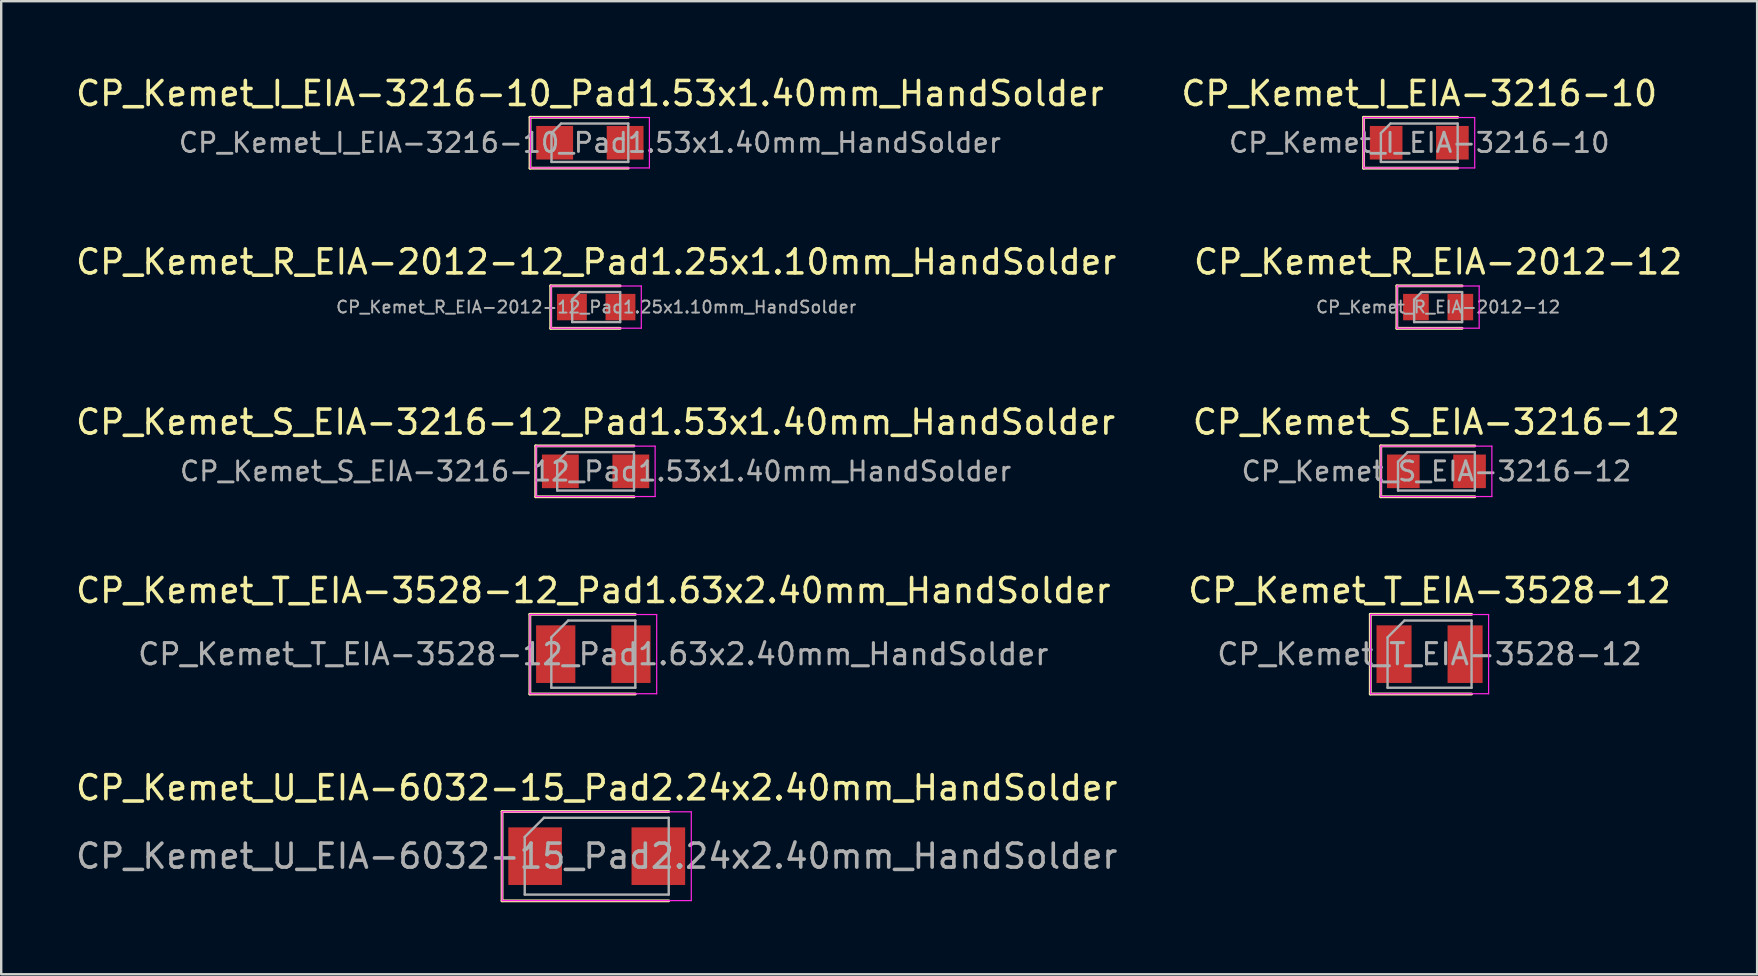
<source format=kicad_pcb>
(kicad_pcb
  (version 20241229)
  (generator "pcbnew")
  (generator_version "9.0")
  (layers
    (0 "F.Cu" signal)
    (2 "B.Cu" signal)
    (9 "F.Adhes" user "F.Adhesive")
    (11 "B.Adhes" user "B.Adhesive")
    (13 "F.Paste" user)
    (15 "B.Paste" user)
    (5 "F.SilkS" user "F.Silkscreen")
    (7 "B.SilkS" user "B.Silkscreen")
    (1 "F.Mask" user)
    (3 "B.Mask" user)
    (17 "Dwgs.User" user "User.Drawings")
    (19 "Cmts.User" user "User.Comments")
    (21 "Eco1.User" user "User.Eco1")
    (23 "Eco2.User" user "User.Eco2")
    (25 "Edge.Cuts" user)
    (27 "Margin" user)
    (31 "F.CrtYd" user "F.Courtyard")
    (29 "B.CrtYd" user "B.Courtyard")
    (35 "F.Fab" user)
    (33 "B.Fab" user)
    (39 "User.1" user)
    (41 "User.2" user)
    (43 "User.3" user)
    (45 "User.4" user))
  (footprint "CP_Kemet_I_EIA-3216-10"
    (layer "F.Cu")
    (at 56.089 2.898)
    (property "Reference" "CP_Kemet_I_EIA-3216-10" (at 0 -2.05 0) (layer "F.SilkS") (effects (font (size 1 1) (thickness 0.15))))
    (attr smd)
    (fp_line (start -2.32 -1.06) (end -2.32 1.06) (stroke (width 0.12) (type solid)) (layer "F.SilkS"))
    (fp_line (start -2.32 1.06) (end 1.6 1.06) (stroke (width 0.12) (type solid)) (layer "F.SilkS"))
    (fp_line (start 1.6 -1.06) (end -2.32 -1.06) (stroke (width 0.12) (type solid)) (layer "F.SilkS"))
    (fp_line (start -2.31 -1.05) (end 2.31 -1.05) (stroke (width 0.05) (type solid)) (layer "F.CrtYd"))
    (fp_line (start -2.31 1.05) (end -2.31 -1.05) (stroke (width 0.05) (type solid)) (layer "F.CrtYd"))
    (fp_line (start 2.31 -1.05) (end 2.31 1.05) (stroke (width 0.05) (type solid)) (layer "F.CrtYd"))
    (fp_line (start 2.31 1.05) (end -2.31 1.05) (stroke (width 0.05) (type solid)) (layer "F.CrtYd"))
    (fp_line (start -1.6 -0.4) (end -1.6 0.8) (stroke (width 0.1) (type solid)) (layer "F.Fab"))
    (fp_line (start -1.6 0.8) (end 1.6 0.8) (stroke (width 0.1) (type solid)) (layer "F.Fab"))
    (fp_line (start -1.2 -0.8) (end -1.6 -0.4) (stroke (width 0.1) (type solid)) (layer "F.Fab"))
    (fp_line (start 1.6 -0.8) (end -1.2 -0.8) (stroke (width 0.1) (type solid)) (layer "F.Fab"))
    (fp_line (start 1.6 0.8) (end 1.6 -0.8) (stroke (width 0.1) (type solid)) (layer "F.Fab"))
    (fp_text user "${REFERENCE}" (at 0 0 0) (layer "F.Fab") (effects (font (size 0.8 0.8) (thickness 0.12))))
    (pad "1" smd rect (at -1.38 0) (size 1.36 1.4) (layers "F.Cu" "F.Mask" "F.Paste"))
    (pad "2" smd rect (at 1.38 0) (size 1.36 1.4) (layers "F.Cu" "F.Mask" "F.Paste")))
  (footprint "CP_Kemet_U_EIA-6032-15_Pad2.24x2.40mm_HandSolder"
    (layer "F.Cu")
    (at 21.815 32.626)
    (property "Reference" "CP_Kemet_U_EIA-6032-15_Pad2.24x2.40mm_HandSolder" (at 0 -2.85 0) (layer "F.SilkS") (effects (font (size 1 1) (thickness 0.15))))
    (attr smd)
    (fp_line (start -3.945 -1.86) (end -3.945 1.86) (stroke (width 0.12) (type solid)) (layer "F.SilkS"))
    (fp_line (start -3.945 1.86) (end 3 1.86) (stroke (width 0.12) (type solid)) (layer "F.SilkS"))
    (fp_line (start 3 -1.86) (end -3.945 -1.86) (stroke (width 0.12) (type solid)) (layer "F.SilkS"))
    (fp_line (start -3.94 -1.85) (end 3.94 -1.85) (stroke (width 0.05) (type solid)) (layer "F.CrtYd"))
    (fp_line (start -3.94 1.85) (end -3.94 -1.85) (stroke (width 0.05) (type solid)) (layer "F.CrtYd"))
    (fp_line (start 3.94 -1.85) (end 3.94 1.85) (stroke (width 0.05) (type solid)) (layer "F.CrtYd"))
    (fp_line (start 3.94 1.85) (end -3.94 1.85) (stroke (width 0.05) (type solid)) (layer "F.CrtYd"))
    (fp_line (start -3 -0.8) (end -3 1.6) (stroke (width 0.1) (type solid)) (layer "F.Fab"))
    (fp_line (start -3 1.6) (end 3 1.6) (stroke (width 0.1) (type solid)) (layer "F.Fab"))
    (fp_line (start -2.2 -1.6) (end -3 -0.8) (stroke (width 0.1) (type solid)) (layer "F.Fab"))
    (fp_line (start 3 -1.6) (end -2.2 -1.6) (stroke (width 0.1) (type solid)) (layer "F.Fab"))
    (fp_line (start 3 1.6) (end 3 -1.6) (stroke (width 0.1) (type solid)) (layer "F.Fab"))
    (fp_text user "${REFERENCE}" (at 0 0 0) (layer "F.Fab") (effects (font (size 1 1) (thickness 0.15))))
    (pad "1" smd rect (at -2.567 0) (size 2.235 2.4) (layers "F.Cu" "F.Mask" "F.Paste"))
    (pad "2" smd rect (at 2.567 0) (size 2.235 2.4) (layers "F.Cu" "F.Mask" "F.Paste")))
  (footprint "CP_Kemet_I_EIA-3216-10_Pad1.53x1.40mm_HandSolder"
    (layer "F.Cu")
    (at 21.53 2.898)
    (property "Reference" "CP_Kemet_I_EIA-3216-10_Pad1.53x1.40mm_HandSolder" (at 0 -2.05 0) (layer "F.SilkS") (effects (font (size 1 1) (thickness 0.15))))
    (attr smd)
    (fp_line (start -2.495 -1.06) (end -2.495 1.06) (stroke (width 0.12) (type solid)) (layer "F.SilkS"))
    (fp_line (start -2.495 1.06) (end 1.6 1.06) (stroke (width 0.12) (type solid)) (layer "F.SilkS"))
    (fp_line (start 1.6 -1.06) (end -2.495 -1.06) (stroke (width 0.12) (type solid)) (layer "F.SilkS"))
    (fp_line (start -2.48 -1.05) (end 2.48 -1.05) (stroke (width 0.05) (type solid)) (layer "F.CrtYd"))
    (fp_line (start -2.48 1.05) (end -2.48 -1.05) (stroke (width 0.05) (type solid)) (layer "F.CrtYd"))
    (fp_line (start 2.48 -1.05) (end 2.48 1.05) (stroke (width 0.05) (type solid)) (layer "F.CrtYd"))
    (fp_line (start 2.48 1.05) (end -2.48 1.05) (stroke (width 0.05) (type solid)) (layer "F.CrtYd"))
    (fp_line (start -1.6 -0.4) (end -1.6 0.8) (stroke (width 0.1) (type solid)) (layer "F.Fab"))
    (fp_line (start -1.6 0.8) (end 1.6 0.8) (stroke (width 0.1) (type solid)) (layer "F.Fab"))
    (fp_line (start -1.2 -0.8) (end -1.6 -0.4) (stroke (width 0.1) (type solid)) (layer "F.Fab"))
    (fp_line (start 1.6 -0.8) (end -1.2 -0.8) (stroke (width 0.1) (type solid)) (layer "F.Fab"))
    (fp_line (start 1.6 0.8) (end 1.6 -0.8) (stroke (width 0.1) (type solid)) (layer "F.Fab"))
    (fp_text user "${REFERENCE}" (at 0 0 0) (layer "F.Fab") (effects (font (size 0.8 0.8) (thickness 0.12))))
    (pad "1" smd rect (at -1.468 0) (size 1.535 1.4) (layers "F.Cu" "F.Mask" "F.Paste"))
    (pad "2" smd rect (at 1.468 0) (size 1.535 1.4) (layers "F.Cu" "F.Mask" "F.Paste")))
  (footprint "CP_Kemet_T_EIA-3528-12"
    (layer "F.Cu")
    (at 56.518 24.208)
    (property "Reference" "CP_Kemet_T_EIA-3528-12" (at 0 -2.65 0) (layer "F.SilkS") (effects (font (size 1 1) (thickness 0.15))))
    (attr smd)
    (fp_line (start -2.47 -1.66) (end -2.47 1.66) (stroke (width 0.12) (type solid)) (layer "F.SilkS"))
    (fp_line (start -2.47 1.66) (end 1.75 1.66) (stroke (width 0.12) (type solid)) (layer "F.SilkS"))
    (fp_line (start 1.75 -1.66) (end -2.47 -1.66) (stroke (width 0.12) (type solid)) (layer "F.SilkS"))
    (fp_line (start -2.46 -1.65) (end 2.46 -1.65) (stroke (width 0.05) (type solid)) (layer "F.CrtYd"))
    (fp_line (start -2.46 1.65) (end -2.46 -1.65) (stroke (width 0.05) (type solid)) (layer "F.CrtYd"))
    (fp_line (start 2.46 -1.65) (end 2.46 1.65) (stroke (width 0.05) (type solid)) (layer "F.CrtYd"))
    (fp_line (start 2.46 1.65) (end -2.46 1.65) (stroke (width 0.05) (type solid)) (layer "F.CrtYd"))
    (fp_line (start -1.75 -0.7) (end -1.75 1.4) (stroke (width 0.1) (type solid)) (layer "F.Fab"))
    (fp_line (start -1.75 1.4) (end 1.75 1.4) (stroke (width 0.1) (type solid)) (layer "F.Fab"))
    (fp_line (start -1.05 -1.4) (end -1.75 -0.7) (stroke (width 0.1) (type solid)) (layer "F.Fab"))
    (fp_line (start 1.75 -1.4) (end -1.05 -1.4) (stroke (width 0.1) (type solid)) (layer "F.Fab"))
    (fp_line (start 1.75 1.4) (end 1.75 -1.4) (stroke (width 0.1) (type solid)) (layer "F.Fab"))
    (fp_text user "${REFERENCE}" (at 0 0 0) (layer "F.Fab") (effects (font (size 0.88 0.88) (thickness 0.13))))
    (pad "1" smd rect (at -1.48 0) (size 1.46 2.4) (layers "F.Cu" "F.Mask" "F.Paste"))
    (pad "2" smd rect (at 1.48 0) (size 1.46 2.4) (layers "F.Cu" "F.Mask" "F.Paste")))
  (footprint "CP_Kemet_S_EIA-3216-12"
    (layer "F.Cu")
    (at 56.804 16.59)
    (property "Reference" "CP_Kemet_S_EIA-3216-12" (at 0 -2.05 0) (layer "F.SilkS") (effects (font (size 1 1) (thickness 0.15))))
    (attr smd)
    (fp_line (start -2.32 -1.06) (end -2.32 1.06) (stroke (width 0.12) (type solid)) (layer "F.SilkS"))
    (fp_line (start -2.32 1.06) (end 1.6 1.06) (stroke (width 0.12) (type solid)) (layer "F.SilkS"))
    (fp_line (start 1.6 -1.06) (end -2.32 -1.06) (stroke (width 0.12) (type solid)) (layer "F.SilkS"))
    (fp_line (start -2.31 -1.05) (end 2.31 -1.05) (stroke (width 0.05) (type solid)) (layer "F.CrtYd"))
    (fp_line (start -2.31 1.05) (end -2.31 -1.05) (stroke (width 0.05) (type solid)) (layer "F.CrtYd"))
    (fp_line (start 2.31 -1.05) (end 2.31 1.05) (stroke (width 0.05) (type solid)) (layer "F.CrtYd"))
    (fp_line (start 2.31 1.05) (end -2.31 1.05) (stroke (width 0.05) (type solid)) (layer "F.CrtYd"))
    (fp_line (start -1.6 -0.4) (end -1.6 0.8) (stroke (width 0.1) (type solid)) (layer "F.Fab"))
    (fp_line (start -1.6 0.8) (end 1.6 0.8) (stroke (width 0.1) (type solid)) (layer "F.Fab"))
    (fp_line (start -1.2 -0.8) (end -1.6 -0.4) (stroke (width 0.1) (type solid)) (layer "F.Fab"))
    (fp_line (start 1.6 -0.8) (end -1.2 -0.8) (stroke (width 0.1) (type solid)) (layer "F.Fab"))
    (fp_line (start 1.6 0.8) (end 1.6 -0.8) (stroke (width 0.1) (type solid)) (layer "F.Fab"))
    (fp_text user "${REFERENCE}" (at 0 0 0) (layer "F.Fab") (effects (font (size 0.8 0.8) (thickness 0.12))))
    (pad "1" smd rect (at -1.38 0) (size 1.36 1.4) (layers "F.Cu" "F.Mask" "F.Paste"))
    (pad "2" smd rect (at 1.38 0) (size 1.36 1.4) (layers "F.Cu" "F.Mask" "F.Paste")))
  (footprint "CP_Kemet_S_EIA-3216-12_Pad1.53x1.40mm_HandSolder"
    (layer "F.Cu")
    (at 21.768 16.59)
    (property "Reference" "CP_Kemet_S_EIA-3216-12_Pad1.53x1.40mm_HandSolder" (at 0 -2.05 0) (layer "F.SilkS") (effects (font (size 1 1) (thickness 0.15))))
    (attr smd)
    (fp_line (start -2.495 -1.06) (end -2.495 1.06) (stroke (width 0.12) (type solid)) (layer "F.SilkS"))
    (fp_line (start -2.495 1.06) (end 1.6 1.06) (stroke (width 0.12) (type solid)) (layer "F.SilkS"))
    (fp_line (start 1.6 -1.06) (end -2.495 -1.06) (stroke (width 0.12) (type solid)) (layer "F.SilkS"))
    (fp_line (start -2.48 -1.05) (end 2.48 -1.05) (stroke (width 0.05) (type solid)) (layer "F.CrtYd"))
    (fp_line (start -2.48 1.05) (end -2.48 -1.05) (stroke (width 0.05) (type solid)) (layer "F.CrtYd"))
    (fp_line (start 2.48 -1.05) (end 2.48 1.05) (stroke (width 0.05) (type solid)) (layer "F.CrtYd"))
    (fp_line (start 2.48 1.05) (end -2.48 1.05) (stroke (width 0.05) (type solid)) (layer "F.CrtYd"))
    (fp_line (start -1.6 -0.4) (end -1.6 0.8) (stroke (width 0.1) (type solid)) (layer "F.Fab"))
    (fp_line (start -1.6 0.8) (end 1.6 0.8) (stroke (width 0.1) (type solid)) (layer "F.Fab"))
    (fp_line (start -1.2 -0.8) (end -1.6 -0.4) (stroke (width 0.1) (type solid)) (layer "F.Fab"))
    (fp_line (start 1.6 -0.8) (end -1.2 -0.8) (stroke (width 0.1) (type solid)) (layer "F.Fab"))
    (fp_line (start 1.6 0.8) (end 1.6 -0.8) (stroke (width 0.1) (type solid)) (layer "F.Fab"))
    (fp_text user "${REFERENCE}" (at 0 0 0) (layer "F.Fab") (effects (font (size 0.8 0.8) (thickness 0.12))))
    (pad "1" smd rect (at -1.468 0) (size 1.535 1.4) (layers "F.Cu" "F.Mask" "F.Paste"))
    (pad "2" smd rect (at 1.468 0) (size 1.535 1.4) (layers "F.Cu" "F.Mask" "F.Paste")))
  (footprint "CP_Kemet_T_EIA-3528-12_Pad1.63x2.40mm_HandSolder"
    (layer "F.Cu")
    (at 21.673 24.208)
    (property "Reference" "CP_Kemet_T_EIA-3528-12_Pad1.63x2.40mm_HandSolder" (at 0 -2.65 0) (layer "F.SilkS") (effects (font (size 1 1) (thickness 0.15))))
    (attr smd)
    (fp_line (start -2.645 -1.66) (end -2.645 1.66) (stroke (width 0.12) (type solid)) (layer "F.SilkS"))
    (fp_line (start -2.645 1.66) (end 1.75 1.66) (stroke (width 0.12) (type solid)) (layer "F.SilkS"))
    (fp_line (start 1.75 -1.66) (end -2.645 -1.66) (stroke (width 0.12) (type solid)) (layer "F.SilkS"))
    (fp_line (start -2.64 -1.65) (end 2.64 -1.65) (stroke (width 0.05) (type solid)) (layer "F.CrtYd"))
    (fp_line (start -2.64 1.65) (end -2.64 -1.65) (stroke (width 0.05) (type solid)) (layer "F.CrtYd"))
    (fp_line (start 2.64 -1.65) (end 2.64 1.65) (stroke (width 0.05) (type solid)) (layer "F.CrtYd"))
    (fp_line (start 2.64 1.65) (end -2.64 1.65) (stroke (width 0.05) (type solid)) (layer "F.CrtYd"))
    (fp_line (start -1.75 -0.7) (end -1.75 1.4) (stroke (width 0.1) (type solid)) (layer "F.Fab"))
    (fp_line (start -1.75 1.4) (end 1.75 1.4) (stroke (width 0.1) (type solid)) (layer "F.Fab"))
    (fp_line (start -1.05 -1.4) (end -1.75 -0.7) (stroke (width 0.1) (type solid)) (layer "F.Fab"))
    (fp_line (start 1.75 -1.4) (end -1.05 -1.4) (stroke (width 0.1) (type solid)) (layer "F.Fab"))
    (fp_line (start 1.75 1.4) (end 1.75 -1.4) (stroke (width 0.1) (type solid)) (layer "F.Fab"))
    (fp_text user "${REFERENCE}" (at 0 0 0) (layer "F.Fab") (effects (font (size 0.88 0.88) (thickness 0.13))))
    (pad "1" smd rect (at -1.567 0) (size 1.635 2.4) (layers "F.Cu" "F.Mask" "F.Paste"))
    (pad "2" smd rect (at 1.567 0) (size 1.635 2.4) (layers "F.Cu" "F.Mask" "F.Paste")))
  (footprint "CP_Kemet_R_EIA-2012-12_Pad1.25x1.10mm_HandSolder"
    (layer "F.Cu")
    (at 21.792 9.746)
    (property "Reference" "CP_Kemet_R_EIA-2012-12_Pad1.25x1.10mm_HandSolder" (at 0 -1.88 0) (layer "F.SilkS") (effects (font (size 1 1) (thickness 0.15))))
    (attr smd)
    (fp_line (start -1.895 -0.885) (end -1.895 0.885) (stroke (width 0.12) (type solid)) (layer "F.SilkS"))
    (fp_line (start -1.895 0.885) (end 1 0.885) (stroke (width 0.12) (type solid)) (layer "F.SilkS"))
    (fp_line (start 1 -0.885) (end -1.895 -0.885) (stroke (width 0.12) (type solid)) (layer "F.SilkS"))
    (fp_line (start -1.88 -0.88) (end 1.88 -0.88) (stroke (width 0.05) (type solid)) (layer "F.CrtYd"))
    (fp_line (start -1.88 0.88) (end -1.88 -0.88) (stroke (width 0.05) (type solid)) (layer "F.CrtYd"))
    (fp_line (start 1.88 -0.88) (end 1.88 0.88) (stroke (width 0.05) (type solid)) (layer "F.CrtYd"))
    (fp_line (start 1.88 0.88) (end -1.88 0.88) (stroke (width 0.05) (type solid)) (layer "F.CrtYd"))
    (fp_line (start -1 -0.312) (end -1 0.625) (stroke (width 0.1) (type solid)) (layer "F.Fab"))
    (fp_line (start -1 0.625) (end 1 0.625) (stroke (width 0.1) (type solid)) (layer "F.Fab"))
    (fp_line (start -0.688 -0.625) (end -1 -0.312) (stroke (width 0.1) (type solid)) (layer "F.Fab"))
    (fp_line (start 1 -0.625) (end -0.688 -0.625) (stroke (width 0.1) (type solid)) (layer "F.Fab"))
    (fp_line (start 1 0.625) (end 1 -0.625) (stroke (width 0.1) (type solid)) (layer "F.Fab"))
    (fp_text user "${REFERENCE}" (at 0 0 0) (layer "F.Fab") (effects (font (size 0.5 0.5) (thickness 0.08))))
    (pad "1" smd rect (at -1.012 0) (size 1.245 1.1) (layers "F.Cu" "F.Mask" "F.Paste"))
    (pad "2" smd rect (at 1.012 0) (size 1.245 1.1) (layers "F.Cu" "F.Mask" "F.Paste")))
  (footprint "CP_Kemet_R_EIA-2012-12"
    (layer "F.Cu")
    (at 56.875 9.746)
    (property "Reference" "CP_Kemet_R_EIA-2012-12" (at 0 -1.88 0) (layer "F.SilkS") (effects (font (size 1 1) (thickness 0.15))))
    (attr smd)
    (fp_line (start -1.72 -0.885) (end -1.72 0.885) (stroke (width 0.12) (type solid)) (layer "F.SilkS"))
    (fp_line (start -1.72 0.885) (end 1 0.885) (stroke (width 0.12) (type solid)) (layer "F.SilkS"))
    (fp_line (start 1 -0.885) (end -1.72 -0.885) (stroke (width 0.12) (type solid)) (layer "F.SilkS"))
    (fp_line (start -1.71 -0.88) (end 1.71 -0.88) (stroke (width 0.05) (type solid)) (layer "F.CrtYd"))
    (fp_line (start -1.71 0.88) (end -1.71 -0.88) (stroke (width 0.05) (type solid)) (layer "F.CrtYd"))
    (fp_line (start 1.71 -0.88) (end 1.71 0.88) (stroke (width 0.05) (type solid)) (layer "F.CrtYd"))
    (fp_line (start 1.71 0.88) (end -1.71 0.88) (stroke (width 0.05) (type solid)) (layer "F.CrtYd"))
    (fp_line (start -1 -0.312) (end -1 0.625) (stroke (width 0.1) (type solid)) (layer "F.Fab"))
    (fp_line (start -1 0.625) (end 1 0.625) (stroke (width 0.1) (type solid)) (layer "F.Fab"))
    (fp_line (start -0.688 -0.625) (end -1 -0.312) (stroke (width 0.1) (type solid)) (layer "F.Fab"))
    (fp_line (start 1 -0.625) (end -0.688 -0.625) (stroke (width 0.1) (type solid)) (layer "F.Fab"))
    (fp_line (start 1 0.625) (end 1 -0.625) (stroke (width 0.1) (type solid)) (layer "F.Fab"))
    (fp_text user "${REFERENCE}" (at 0 0 0) (layer "F.Fab") (effects (font (size 0.5 0.5) (thickness 0.08))))
    (pad "1" smd rect (at -0.925 0) (size 1.07 1.1) (layers "F.Cu" "F.Mask" "F.Paste"))
    (pad "2" smd rect (at 0.925 0) (size 1.07 1.1) (layers "F.Cu" "F.Mask" "F.Paste")))
  (gr_rect
    (start -3 -3)
    (end 70.167 37.546)
    (stroke (width 0.1) (type default))
    (fill no)
    (layer "Edge.Cuts")))
</source>
